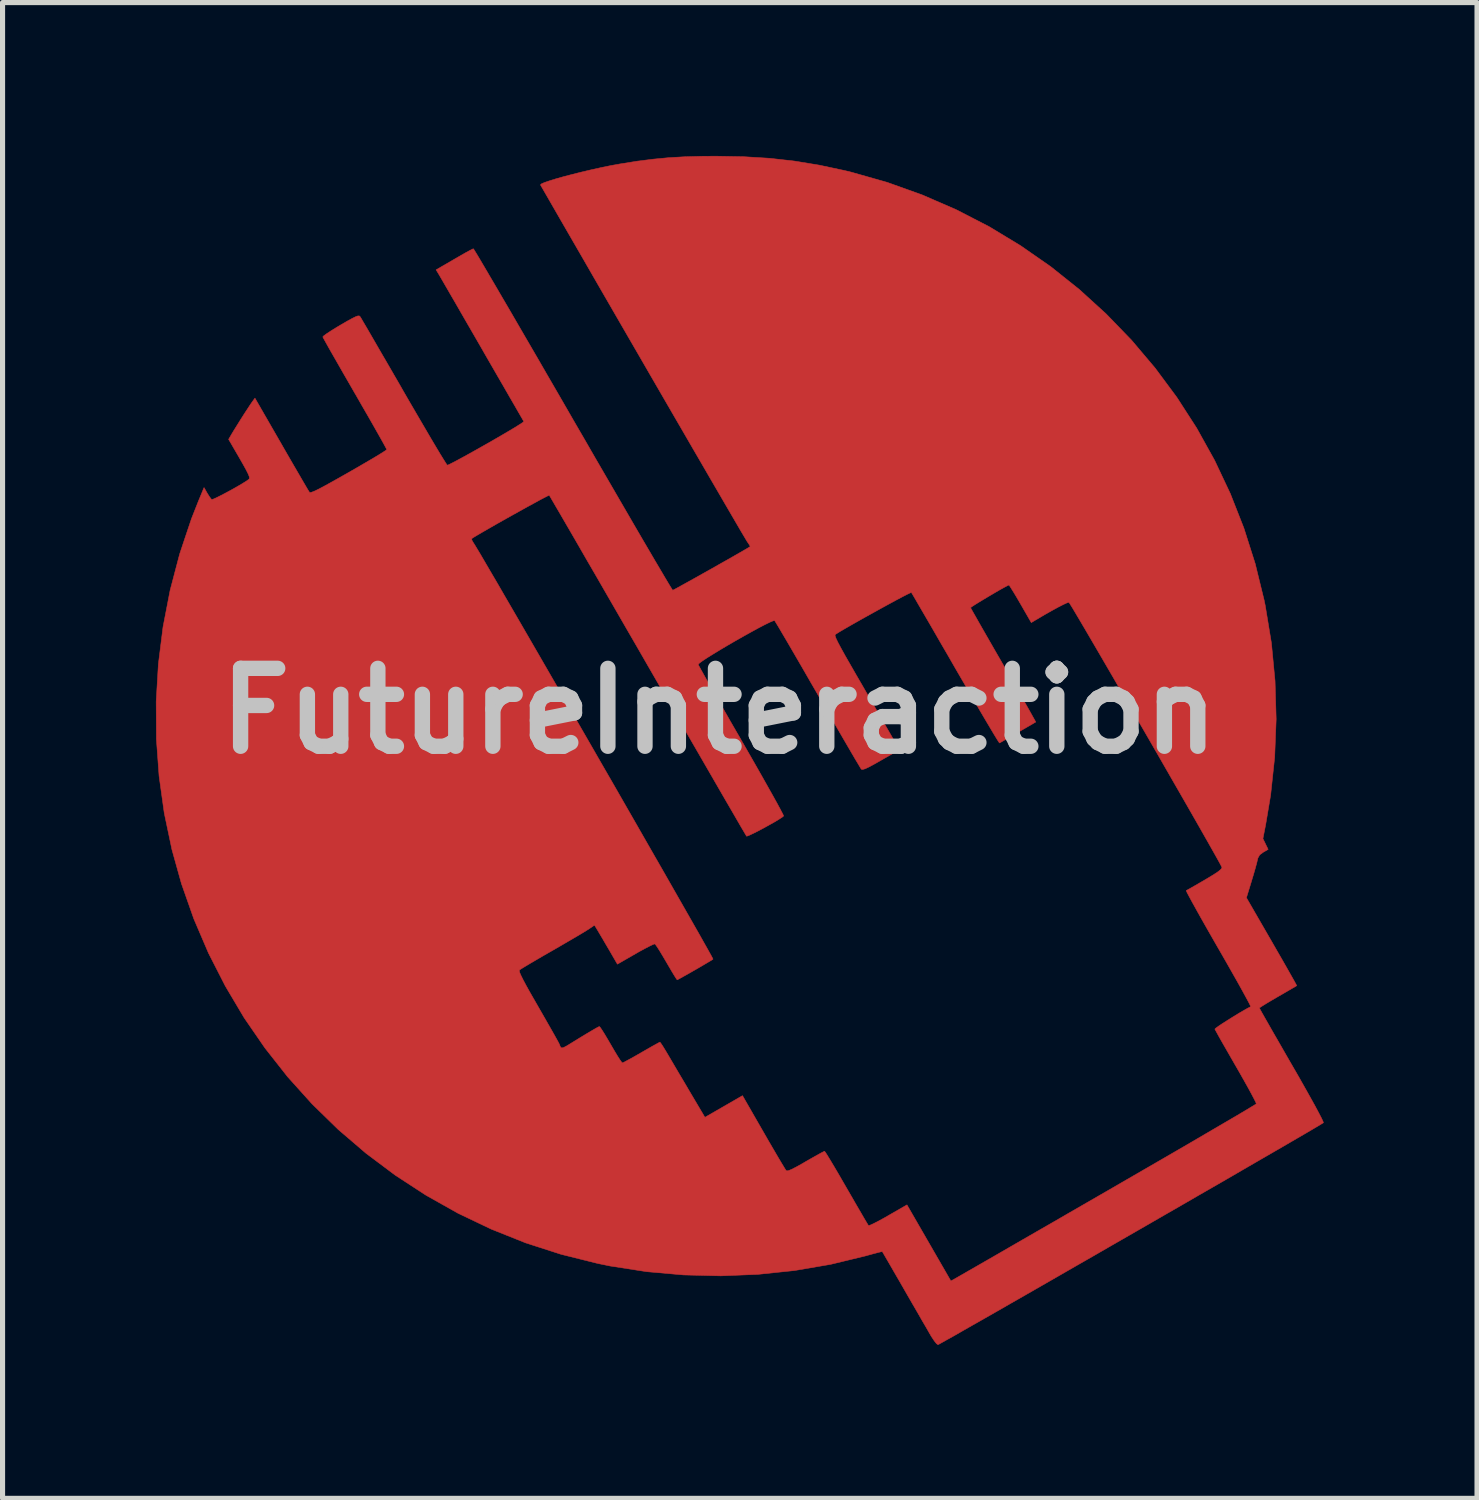
<source format=kicad_pcb>
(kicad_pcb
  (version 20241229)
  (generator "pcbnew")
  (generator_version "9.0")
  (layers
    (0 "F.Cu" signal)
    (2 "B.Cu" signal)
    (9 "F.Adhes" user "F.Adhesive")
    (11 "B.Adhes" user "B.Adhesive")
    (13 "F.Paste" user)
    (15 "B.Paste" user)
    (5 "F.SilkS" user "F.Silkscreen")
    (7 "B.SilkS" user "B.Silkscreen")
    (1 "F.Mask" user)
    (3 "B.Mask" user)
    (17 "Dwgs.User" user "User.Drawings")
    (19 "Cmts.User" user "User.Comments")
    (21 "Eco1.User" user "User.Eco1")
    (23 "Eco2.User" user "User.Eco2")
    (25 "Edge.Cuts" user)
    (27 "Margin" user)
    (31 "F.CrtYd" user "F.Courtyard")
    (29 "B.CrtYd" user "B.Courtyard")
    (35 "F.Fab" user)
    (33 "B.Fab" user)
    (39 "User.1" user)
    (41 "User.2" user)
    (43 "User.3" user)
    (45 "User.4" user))
  (footprint "FutureInteraction"
    (layer "F.Cu")
    (at 11.018 10.858)
    (property "Reference" "FutureInteraction" (at 0 0 0) (layer "Dwgs.User") (effects (font (size 1.524 1.524) (thickness 0.3))))
    (attr through_hole)
    (fp_poly (pts (xy 0.477 -10.843) (xy 0.985 -10.812) (xy 1.475 -10.757) (xy 1.961 -10.677) (xy 2.458 -10.571) (xy 2.578 -10.542) (xy 3.286 -10.341) (xy 3.973 -10.095) (xy 4.638 -9.806) (xy 5.28 -9.475) (xy 5.895 -9.103) (xy 6.483 -8.694) (xy 7.042 -8.248) (xy 7.57 -7.767) (xy 8.066 -7.254) (xy 8.527 -6.709) (xy 8.953 -6.135) (xy 9.341 -5.533) (xy 9.69 -4.905) (xy 9.998 -4.253) (xy 10.263 -3.579) (xy 10.484 -2.885) (xy 10.659 -2.171) (xy 10.68 -2.07) (xy 10.802 -1.33) (xy 10.873 -0.587) (xy 10.895 0.158) (xy 10.866 0.902) (xy 10.787 1.644) (xy 10.69 2.22) (xy 10.636 2.496) (xy 10.687 2.602) (xy 10.738 2.707) (xy 10.643 2.762) (xy 10.574 2.813) (xy 10.538 2.875) (xy 10.529 2.912) (xy 10.515 2.972) (xy 10.489 3.068) (xy 10.455 3.187) (xy 10.416 3.316) (xy 10.412 3.33) (xy 10.313 3.653) (xy 10.808 4.51) (xy 10.917 4.7) (xy 11.018 4.875) (xy 11.107 5.031) (xy 11.182 5.164) (xy 11.241 5.268) (xy 11.28 5.339) (xy 11.296 5.371) (xy 11.297 5.373) (xy 11.274 5.387) (xy 11.214 5.422) (xy 11.125 5.474) (xy 11.015 5.538) (xy 10.928 5.588) (xy 10.808 5.658) (xy 10.704 5.72) (xy 10.625 5.769) (xy 10.577 5.8) (xy 10.566 5.809) (xy 10.579 5.833) (xy 10.614 5.897) (xy 10.67 5.996) (xy 10.744 6.126) (xy 10.834 6.284) (xy 10.938 6.464) (xy 11.052 6.663) (xy 11.175 6.877) (xy 11.204 6.927) (xy 11.338 7.159) (xy 11.459 7.373) (xy 11.566 7.564) (xy 11.657 7.728) (xy 11.729 7.863) (xy 11.782 7.965) (xy 11.812 8.03) (xy 11.819 8.054) (xy 11.793 8.07) (xy 11.726 8.111) (xy 11.621 8.173) (xy 11.48 8.256) (xy 11.306 8.357) (xy 11.102 8.476) (xy 10.871 8.61) (xy 10.615 8.758) (xy 10.337 8.919) (xy 10.041 9.091) (xy 9.728 9.272) (xy 9.401 9.46) (xy 9.064 9.655) (xy 8.718 9.854) (xy 8.368 10.056) (xy 8.015 10.259) (xy 7.662 10.462) (xy 7.312 10.664) (xy 6.968 10.861) (xy 6.633 11.054) (xy 6.309 11.24) (xy 5.999 11.418) (xy 5.705 11.586) (xy 5.432 11.743) (xy 5.181 11.886) (xy 4.954 12.015) (xy 4.756 12.128) (xy 4.589 12.224) (xy 4.454 12.299) (xy 4.356 12.354) (xy 4.297 12.387) (xy 4.28 12.395) (xy 4.251 12.375) (xy 4.207 12.32) (xy 4.155 12.242) (xy 4.144 12.224) (xy 4.107 12.16) (xy 4.049 12.058) (xy 3.972 11.927) (xy 3.883 11.771) (xy 3.783 11.599) (xy 3.678 11.417) (xy 3.62 11.316) (xy 3.519 11.14) (xy 3.426 10.98) (xy 3.345 10.839) (xy 3.277 10.722) (xy 3.227 10.636) (xy 3.198 10.586) (xy 3.19 10.574) (xy 3.165 10.578) (xy 3.101 10.594) (xy 3.006 10.619) (xy 2.89 10.651) (xy 2.869 10.657) (xy 2.179 10.824) (xy 1.473 10.945) (xy 0.755 11.02) (xy 0.031 11.049) (xy -0.696 11.031) (xy -1.419 10.967) (xy -2.134 10.856) (xy -2.377 10.806) (xy -3.091 10.628) (xy -3.786 10.404) (xy -4.459 10.135) (xy -5.11 9.824) (xy -5.737 9.471) (xy -6.337 9.08) (xy -6.909 8.651) (xy -7.452 8.186) (xy -7.963 7.687) (xy -8.442 7.155) (xy -8.885 6.592) (xy -9.292 6.001) (xy -9.66 5.381) (xy -9.989 4.737) (xy -10.276 4.067) (xy -10.519 3.376) (xy -10.705 2.71) (xy -10.855 1.997) (xy -10.956 1.274) (xy -11.009 0.545) (xy -11.013 -0.187) (xy -10.97 -0.918) (xy -10.879 -1.644) (xy -10.74 -2.363) (xy -10.554 -3.07) (xy -10.454 -3.371) (xy -4.842 -3.371) (xy -4.838 -3.343) (xy -4.81 -3.294) (xy -4.804 -3.285) (xy -4.78 -3.247) (xy -4.733 -3.169) (xy -4.664 -3.054) (xy -4.576 -2.903) (xy -4.469 -2.72) (xy -4.344 -2.507) (xy -4.205 -2.266) (xy -4.051 -2.001) (xy -3.885 -1.715) (xy -3.708 -1.409) (xy -3.521 -1.086) (xy -3.327 -0.75) (xy -3.126 -0.402) (xy -2.92 -0.045) (xy -2.712 0.317) (xy -2.501 0.683) (xy -2.29 1.05) (xy -2.08 1.414) (xy -1.873 1.775) (xy -1.671 2.127) (xy -1.474 2.471) (xy -1.285 2.801) (xy -1.104 3.116) (xy -0.934 3.414) (xy -0.776 3.691) (xy -0.631 3.945) (xy -0.501 4.173) (xy -0.387 4.373) (xy -0.292 4.542) (xy -0.216 4.677) (xy -0.161 4.776) (xy -0.129 4.836) (xy -0.121 4.854) (xy -0.148 4.873) (xy -0.21 4.91) (xy -0.296 4.961) (xy -0.398 5.021) (xy -0.506 5.083) (xy -0.611 5.143) (xy -0.704 5.195) (xy -0.776 5.235) (xy -0.816 5.256) (xy -0.822 5.258) (xy -0.838 5.237) (xy -0.875 5.179) (xy -0.927 5.093) (xy -0.991 4.984) (xy -1.033 4.912) (xy -1.103 4.793) (xy -1.165 4.69) (xy -1.215 4.612) (xy -1.249 4.565) (xy -1.258 4.556) (xy -1.288 4.564) (xy -1.354 4.595) (xy -1.447 4.643) (xy -1.56 4.704) (xy -1.638 4.749) (xy -1.991 4.952) (xy -2.149 4.679) (xy -2.218 4.562) (xy -2.283 4.45) (xy -2.339 4.356) (xy -2.373 4.298) (xy -2.439 4.189) (xy -2.546 4.262) (xy -2.597 4.294) (xy -2.685 4.348) (xy -2.803 4.418) (xy -2.944 4.5) (xy -3.101 4.592) (xy -3.264 4.686) (xy -3.425 4.778) (xy -3.572 4.864) (xy -3.7 4.939) (xy -3.802 5) (xy -3.872 5.043) (xy -3.905 5.065) (xy -3.906 5.065) (xy -3.91 5.082) (xy -3.902 5.117) (xy -3.878 5.172) (xy -3.838 5.253) (xy -3.779 5.364) (xy -3.699 5.508) (xy -3.595 5.689) (xy -3.531 5.801) (xy -3.432 5.973) (xy -3.342 6.131) (xy -3.263 6.269) (xy -3.199 6.383) (xy -3.153 6.466) (xy -3.128 6.514) (xy -3.124 6.523) (xy -3.111 6.558) (xy -3.101 6.576) (xy -3.08 6.591) (xy -3.044 6.583) (xy -2.981 6.55) (xy -2.943 6.527) (xy -2.75 6.408) (xy -2.597 6.315) (xy -2.482 6.247) (xy -2.403 6.201) (xy -2.357 6.177) (xy -2.343 6.172) (xy -2.324 6.193) (xy -2.285 6.251) (xy -2.231 6.338) (xy -2.166 6.448) (xy -2.12 6.527) (xy -2.05 6.647) (xy -1.988 6.75) (xy -1.938 6.828) (xy -1.904 6.874) (xy -1.894 6.883) (xy -1.865 6.871) (xy -1.801 6.837) (xy -1.708 6.787) (xy -1.596 6.723) (xy -1.521 6.68) (xy -1.401 6.611) (xy -1.298 6.552) (xy -1.218 6.508) (xy -1.17 6.482) (xy -1.159 6.477) (xy -1.142 6.498) (xy -1.105 6.553) (xy -1.054 6.636) (xy -1.001 6.725) (xy -0.943 6.824) (xy -0.866 6.955) (xy -0.776 7.108) (xy -0.679 7.271) (xy -0.584 7.433) (xy -0.568 7.46) (xy -0.279 7.948) (xy 0.456 7.524) (xy 0.867 8.239) (xy 0.967 8.413) (xy 1.061 8.574) (xy 1.144 8.716) (xy 1.214 8.834) (xy 1.267 8.922) (xy 1.299 8.974) (xy 1.308 8.987) (xy 1.327 8.995) (xy 1.363 8.988) (xy 1.422 8.963) (xy 1.508 8.919) (xy 1.63 8.851) (xy 1.691 8.815) (xy 1.812 8.746) (xy 1.917 8.687) (xy 1.998 8.642) (xy 2.049 8.616) (xy 2.061 8.611) (xy 2.077 8.632) (xy 2.116 8.692) (xy 2.173 8.786) (xy 2.246 8.908) (xy 2.332 9.054) (xy 2.427 9.219) (xy 2.49 9.328) (xy 2.591 9.502) (xy 2.683 9.662) (xy 2.765 9.802) (xy 2.832 9.918) (xy 2.883 10.004) (xy 2.913 10.054) (xy 2.92 10.065) (xy 2.946 10.06) (xy 3.009 10.032) (xy 3.1 9.986) (xy 3.212 9.925) (xy 3.305 9.872) (xy 3.673 9.66) (xy 4.532 11.149) (xy 4.647 11.085) (xy 4.683 11.064) (xy 4.76 11.02) (xy 4.876 10.953) (xy 5.028 10.866) (xy 5.212 10.76) (xy 5.428 10.636) (xy 5.67 10.496) (xy 5.938 10.341) (xy 6.228 10.174) (xy 6.538 9.996) (xy 6.864 9.807) (xy 7.204 9.611) (xy 7.556 9.408) (xy 7.629 9.366) (xy 7.981 9.162) (xy 8.32 8.966) (xy 8.645 8.778) (xy 8.952 8.6) (xy 9.239 8.433) (xy 9.504 8.278) (xy 9.743 8.138) (xy 9.955 8.014) (xy 10.136 7.908) (xy 10.284 7.82) (xy 10.397 7.752) (xy 10.471 7.707) (xy 10.505 7.685) (xy 10.506 7.683) (xy 10.497 7.655) (xy 10.464 7.589) (xy 10.412 7.49) (xy 10.343 7.363) (xy 10.26 7.215) (xy 10.166 7.049) (xy 10.11 6.952) (xy 10.011 6.78) (xy 9.92 6.621) (xy 9.84 6.482) (xy 9.775 6.367) (xy 9.728 6.281) (xy 9.701 6.232) (xy 9.696 6.222) (xy 9.715 6.203) (xy 9.769 6.164) (xy 9.849 6.11) (xy 9.947 6.048) (xy 10.054 5.981) (xy 10.16 5.916) (xy 10.258 5.859) (xy 10.337 5.814) (xy 10.391 5.787) (xy 10.397 5.785) (xy 10.389 5.762) (xy 10.358 5.699) (xy 10.305 5.601) (xy 10.234 5.471) (xy 10.147 5.314) (xy 10.045 5.134) (xy 9.932 4.935) (xy 9.809 4.72) (xy 9.767 4.648) (xy 9.642 4.43) (xy 9.525 4.225) (xy 9.419 4.038) (xy 9.327 3.873) (xy 9.25 3.734) (xy 9.191 3.625) (xy 9.152 3.551) (xy 9.136 3.514) (xy 9.136 3.512) (xy 9.164 3.497) (xy 9.228 3.461) (xy 9.319 3.409) (xy 9.431 3.344) (xy 9.5 3.304) (xy 9.638 3.221) (xy 9.736 3.159) (xy 9.798 3.112) (xy 9.829 3.079) (xy 9.834 3.058) (xy 9.82 3.029) (xy 9.783 2.96) (xy 9.724 2.854) (xy 9.645 2.714) (xy 9.549 2.544) (xy 9.437 2.347) (xy 9.311 2.126) (xy 9.173 1.885) (xy 9.025 1.627) (xy 8.869 1.356) (xy 8.707 1.074) (xy 8.541 0.785) (xy 8.372 0.492) (xy 8.203 0.2) (xy 8.035 -0.09) (xy 7.871 -0.373) (xy 7.713 -0.647) (xy 7.561 -0.908) (xy 7.419 -1.152) (xy 7.288 -1.376) (xy 7.17 -1.578) (xy 7.067 -1.753) (xy 6.981 -1.898) (xy 6.914 -2.011) (xy 6.867 -2.087) (xy 6.843 -2.123) (xy 6.841 -2.125) (xy 6.808 -2.118) (xy 6.738 -2.086) (xy 6.637 -2.035) (xy 6.511 -1.966) (xy 6.366 -1.884) (xy 6.209 -1.791) (xy 6.183 -1.776) (xy 6.105 -1.729) (xy 5.894 -2.096) (xy 5.823 -2.218) (xy 5.76 -2.323) (xy 5.71 -2.403) (xy 5.678 -2.452) (xy 5.667 -2.464) (xy 5.638 -2.452) (xy 5.575 -2.418) (xy 5.488 -2.37) (xy 5.385 -2.31) (xy 5.275 -2.245) (xy 5.166 -2.18) (xy 5.067 -2.12) (xy 4.987 -2.07) (xy 4.934 -2.035) (xy 4.918 -2.02) (xy 4.931 -1.995) (xy 4.967 -1.931) (xy 5.024 -1.831) (xy 5.098 -1.7) (xy 5.189 -1.541) (xy 5.293 -1.36) (xy 5.407 -1.161) (xy 5.531 -0.947) (xy 5.56 -0.896) (xy 5.685 -0.68) (xy 5.801 -0.478) (xy 5.906 -0.293) (xy 5.999 -0.131) (xy 6.076 0.005) (xy 6.135 0.111) (xy 6.175 0.182) (xy 6.191 0.214) (xy 6.192 0.216) (xy 6.169 0.229) (xy 6.112 0.263) (xy 6.028 0.311) (xy 5.928 0.369) (xy 5.82 0.431) (xy 5.714 0.493) (xy 5.618 0.548) (xy 5.542 0.592) (xy 5.494 0.62) (xy 5.483 0.625) (xy 5.468 0.605) (xy 5.43 0.545) (xy 5.371 0.448) (xy 5.293 0.317) (xy 5.198 0.157) (xy 5.088 -0.03) (xy 4.966 -0.239) (xy 4.834 -0.467) (xy 4.693 -0.71) (xy 4.622 -0.832) (xy 4.478 -1.083) (xy 4.34 -1.32) (xy 4.213 -1.541) (xy 4.097 -1.741) (xy 3.994 -1.918) (xy 3.907 -2.067) (xy 3.839 -2.185) (xy 3.79 -2.268) (xy 3.764 -2.312) (xy 3.759 -2.319) (xy 3.735 -2.31) (xy 3.673 -2.28) (xy 3.58 -2.232) (xy 3.461 -2.169) (xy 3.323 -2.094) (xy 3.173 -2.012) (xy 3.016 -1.925) (xy 2.859 -1.838) (xy 2.708 -1.753) (xy 2.569 -1.674) (xy 2.449 -1.605) (xy 2.354 -1.549) (xy 2.29 -1.509) (xy 2.269 -1.494) (xy 2.267 -1.473) (xy 2.284 -1.423) (xy 2.322 -1.343) (xy 2.383 -1.229) (xy 2.467 -1.077) (xy 2.572 -0.894) (xy 2.685 -0.697) (xy 2.813 -0.477) (xy 2.944 -0.248) (xy 3.072 -0.028) (xy 3.185 0.169) (xy 3.215 0.22) (xy 3.526 0.758) (xy 3.167 0.963) (xy 3.028 1.042) (xy 2.925 1.097) (xy 2.855 1.13) (xy 2.809 1.143) (xy 2.784 1.141) (xy 2.78 1.137) (xy 2.762 1.11) (xy 2.722 1.042) (xy 2.66 0.939) (xy 2.58 0.802) (xy 2.484 0.637) (xy 2.373 0.446) (xy 2.25 0.234) (xy 2.117 0.004) (xy 1.977 -0.239) (xy 1.932 -0.318) (xy 1.789 -0.564) (xy 1.654 -0.799) (xy 1.528 -1.016) (xy 1.413 -1.214) (xy 1.312 -1.387) (xy 1.226 -1.533) (xy 1.159 -1.647) (xy 1.111 -1.726) (xy 1.087 -1.765) (xy 1.084 -1.769) (xy 1.055 -1.764) (xy 0.989 -1.736) (xy 0.893 -1.689) (xy 0.772 -1.626) (xy 0.633 -1.55) (xy 0.482 -1.466) (xy 0.325 -1.377) (xy 0.168 -1.286) (xy 0.018 -1.197) (xy -0.118 -1.114) (xy -0.236 -1.041) (xy -0.328 -0.98) (xy -0.389 -0.935) (xy -0.411 -0.911) (xy -0.411 -0.91) (xy -0.397 -0.882) (xy -0.36 -0.815) (xy -0.302 -0.711) (xy -0.225 -0.574) (xy -0.13 -0.409) (xy -0.021 -0.218) (xy 0.101 -0.005) (xy 0.233 0.226) (xy 0.374 0.47) (xy 0.436 0.577) (xy 0.579 0.826) (xy 0.714 1.062) (xy 0.839 1.282) (xy 0.951 1.481) (xy 1.05 1.657) (xy 1.132 1.805) (xy 1.195 1.922) (xy 1.238 2.004) (xy 1.259 2.047) (xy 1.26 2.053) (xy 1.231 2.078) (xy 1.168 2.119) (xy 1.08 2.172) (xy 0.976 2.23) (xy 0.866 2.291) (xy 0.759 2.348) (xy 0.663 2.396) (xy 0.588 2.431) (xy 0.543 2.448) (xy 0.535 2.448) (xy 0.52 2.423) (xy 0.482 2.358) (xy 0.42 2.253) (xy 0.338 2.111) (xy 0.236 1.935) (xy 0.115 1.727) (xy -0.022 1.49) (xy -0.175 1.225) (xy -0.342 0.936) (xy -0.522 0.625) (xy -0.713 0.294) (xy -0.914 -0.054) (xy -1.124 -0.418) (xy -1.341 -0.794) (xy -1.396 -0.889) (xy -1.614 -1.268) (xy -1.826 -1.634) (xy -2.029 -1.986) (xy -2.223 -2.322) (xy -2.405 -2.638) (xy -2.576 -2.932) (xy -2.732 -3.203) (xy -2.873 -3.447) (xy -2.998 -3.662) (xy -3.104 -3.845) (xy -3.192 -3.995) (xy -3.258 -4.109) (xy -3.302 -4.184) (xy -3.322 -4.218) (xy -3.324 -4.22) (xy -3.348 -4.211) (xy -3.409 -4.18) (xy -3.503 -4.131) (xy -3.621 -4.066) (xy -3.759 -3.991) (xy -3.91 -3.907) (xy -4.068 -3.819) (xy -4.227 -3.73) (xy -4.379 -3.644) (xy -4.52 -3.563) (xy -4.643 -3.492) (xy -4.742 -3.434) (xy -4.81 -3.393) (xy -4.842 -3.371) (xy -4.842 -3.371) (xy -10.454 -3.371) (xy -10.322 -3.763) (xy -10.185 -4.11) (xy -10.077 -4.371) (xy -10.015 -4.262) (xy -9.973 -4.195) (xy -9.938 -4.148) (xy -9.926 -4.137) (xy -9.898 -4.144) (xy -9.835 -4.172) (xy -9.747 -4.216) (xy -9.642 -4.271) (xy -9.531 -4.331) (xy -9.422 -4.393) (xy -9.325 -4.45) (xy -9.248 -4.498) (xy -9.201 -4.532) (xy -9.198 -4.534) (xy -9.189 -4.553) (xy -9.192 -4.584) (xy -9.212 -4.635) (xy -9.25 -4.711) (xy -9.309 -4.818) (xy -9.379 -4.941) (xy -9.596 -5.315) (xy -9.542 -5.407) (xy -9.496 -5.484) (xy -9.433 -5.585) (xy -9.362 -5.699) (xy -9.289 -5.814) (xy -9.221 -5.918) (xy -9.166 -6.002) (xy -9.131 -6.052) (xy -9.081 -6.12) (xy -8.561 -5.217) (xy -8.448 -5.02) (xy -8.342 -4.837) (xy -8.246 -4.672) (xy -8.163 -4.529) (xy -8.096 -4.414) (xy -8.047 -4.331) (xy -8.019 -4.286) (xy -8.015 -4.279) (xy -8 -4.274) (xy -7.968 -4.281) (xy -7.915 -4.302) (xy -7.838 -4.339) (xy -7.732 -4.395) (xy -7.594 -4.471) (xy -7.419 -4.569) (xy -7.245 -4.668) (xy -7.069 -4.769) (xy -6.908 -4.863) (xy -6.766 -4.946) (xy -6.65 -5.016) (xy -6.564 -5.07) (xy -6.514 -5.103) (xy -6.502 -5.114) (xy -6.515 -5.14) (xy -6.55 -5.205) (xy -6.606 -5.306) (xy -6.68 -5.437) (xy -6.77 -5.596) (xy -6.873 -5.776) (xy -6.988 -5.975) (xy -7.11 -6.188) (xy -7.125 -6.213) (xy -7.248 -6.427) (xy -7.364 -6.628) (xy -7.469 -6.812) (xy -7.562 -6.974) (xy -7.639 -7.109) (xy -7.698 -7.215) (xy -7.737 -7.285) (xy -7.753 -7.317) (xy -7.754 -7.317) (xy -7.735 -7.339) (xy -7.679 -7.38) (xy -7.594 -7.436) (xy -7.486 -7.503) (xy -7.407 -7.55) (xy -7.273 -7.628) (xy -7.176 -7.681) (xy -7.109 -7.714) (xy -7.066 -7.729) (xy -7.04 -7.728) (xy -7.026 -7.717) (xy -7.008 -7.689) (xy -6.968 -7.62) (xy -6.906 -7.515) (xy -6.826 -7.377) (xy -6.73 -7.211) (xy -6.619 -7.019) (xy -6.495 -6.806) (xy -6.362 -6.576) (xy -6.221 -6.332) (xy -6.174 -6.249) (xy -6.031 -6.002) (xy -5.895 -5.769) (xy -5.768 -5.552) (xy -5.653 -5.355) (xy -5.551 -5.183) (xy -5.465 -5.039) (xy -5.396 -4.927) (xy -5.348 -4.85) (xy -5.322 -4.812) (xy -5.319 -4.809) (xy -5.291 -4.818) (xy -5.227 -4.85) (xy -5.131 -4.9) (xy -5.011 -4.965) (xy -4.873 -5.041) (xy -4.723 -5.125) (xy -4.566 -5.214) (xy -4.41 -5.303) (xy -4.26 -5.39) (xy -4.122 -5.471) (xy -4.003 -5.542) (xy -3.91 -5.6) (xy -3.847 -5.641) (xy -3.821 -5.661) (xy -3.821 -5.663) (xy -3.835 -5.686) (xy -3.872 -5.751) (xy -3.93 -5.851) (xy -4.007 -5.985) (xy -4.101 -6.147) (xy -4.209 -6.335) (xy -4.33 -6.544) (xy -4.461 -6.771) (xy -4.6 -7.012) (xy -4.635 -7.074) (xy -4.777 -7.32) (xy -4.913 -7.555) (xy -5.04 -7.775) (xy -5.155 -7.975) (xy -5.258 -8.152) (xy -5.344 -8.301) (xy -5.413 -8.42) (xy -5.461 -8.503) (xy -5.487 -8.547) (xy -5.489 -8.551) (xy -5.538 -8.63) (xy -5.183 -8.836) (xy -5.062 -8.906) (xy -4.957 -8.966) (xy -4.874 -9.011) (xy -4.822 -9.037) (xy -4.808 -9.042) (xy -4.794 -9.021) (xy -4.755 -8.958) (xy -4.693 -8.855) (xy -4.611 -8.716) (xy -4.509 -8.542) (xy -4.388 -8.336) (xy -4.251 -8.101) (xy -4.097 -7.838) (xy -3.93 -7.55) (xy -3.75 -7.24) (xy -3.558 -6.91) (xy -3.357 -6.562) (xy -3.146 -6.198) (xy -2.929 -5.822) (xy -2.86 -5.702) (xy -2.64 -5.323) (xy -2.428 -4.955) (xy -2.223 -4.602) (xy -2.028 -4.266) (xy -1.844 -3.949) (xy -1.673 -3.654) (xy -1.515 -3.383) (xy -1.372 -3.139) (xy -1.246 -2.924) (xy -1.137 -2.74) (xy -1.048 -2.589) (xy -0.98 -2.475) (xy -0.933 -2.399) (xy -0.911 -2.364) (xy -0.909 -2.362) (xy -0.884 -2.374) (xy -0.821 -2.408) (xy -0.727 -2.46) (xy -0.608 -2.526) (xy -0.469 -2.603) (xy -0.318 -2.688) (xy -0.159 -2.777) (xy -0.001 -2.867) (xy 0.152 -2.953) (xy 0.292 -3.033) (xy 0.414 -3.103) (xy 0.511 -3.159) (xy 0.577 -3.198) (xy 0.606 -3.216) (xy 0.598 -3.238) (xy 0.567 -3.286) (xy 0.552 -3.307) (xy 0.534 -3.336) (xy 0.492 -3.407) (xy 0.427 -3.516) (xy 0.342 -3.662) (xy 0.237 -3.842) (xy 0.114 -4.053) (xy -0.026 -4.294) (xy -0.181 -4.56) (xy -0.349 -4.85) (xy -0.53 -5.161) (xy -0.721 -5.491) (xy -0.922 -5.837) (xy -1.13 -6.196) (xy -1.345 -6.567) (xy -1.564 -6.946) (xy -1.787 -7.331) (xy -2.012 -7.72) (xy -2.237 -8.109) (xy -2.461 -8.497) (xy -2.682 -8.881) (xy -2.9 -9.258) (xy -3.112 -9.625) (xy -3.317 -9.981) (xy -3.496 -10.292) (xy -3.48 -10.31) (xy -3.42 -10.337) (xy -3.323 -10.37) (xy -3.195 -10.41) (xy -3.042 -10.453) (xy -2.87 -10.498) (xy -2.686 -10.544) (xy -2.495 -10.589) (xy -2.305 -10.631) (xy -2.121 -10.669) (xy -1.949 -10.7) (xy -1.93 -10.703) (xy -1.599 -10.756) (xy -1.288 -10.795) (xy -0.984 -10.824) (xy -0.671 -10.842) (xy -0.333 -10.851) (xy -0.064 -10.853) (xy 0.477 -10.843)) (stroke (width 0.01) (type solid)) (fill yes) (layer "F.Cu")))
  (gr_rect
    (start -3 -3)
    (end 25.842 26.259)
    (stroke (width 0.1) (type default))
    (fill no)
    (layer "Edge.Cuts")))
</source>
